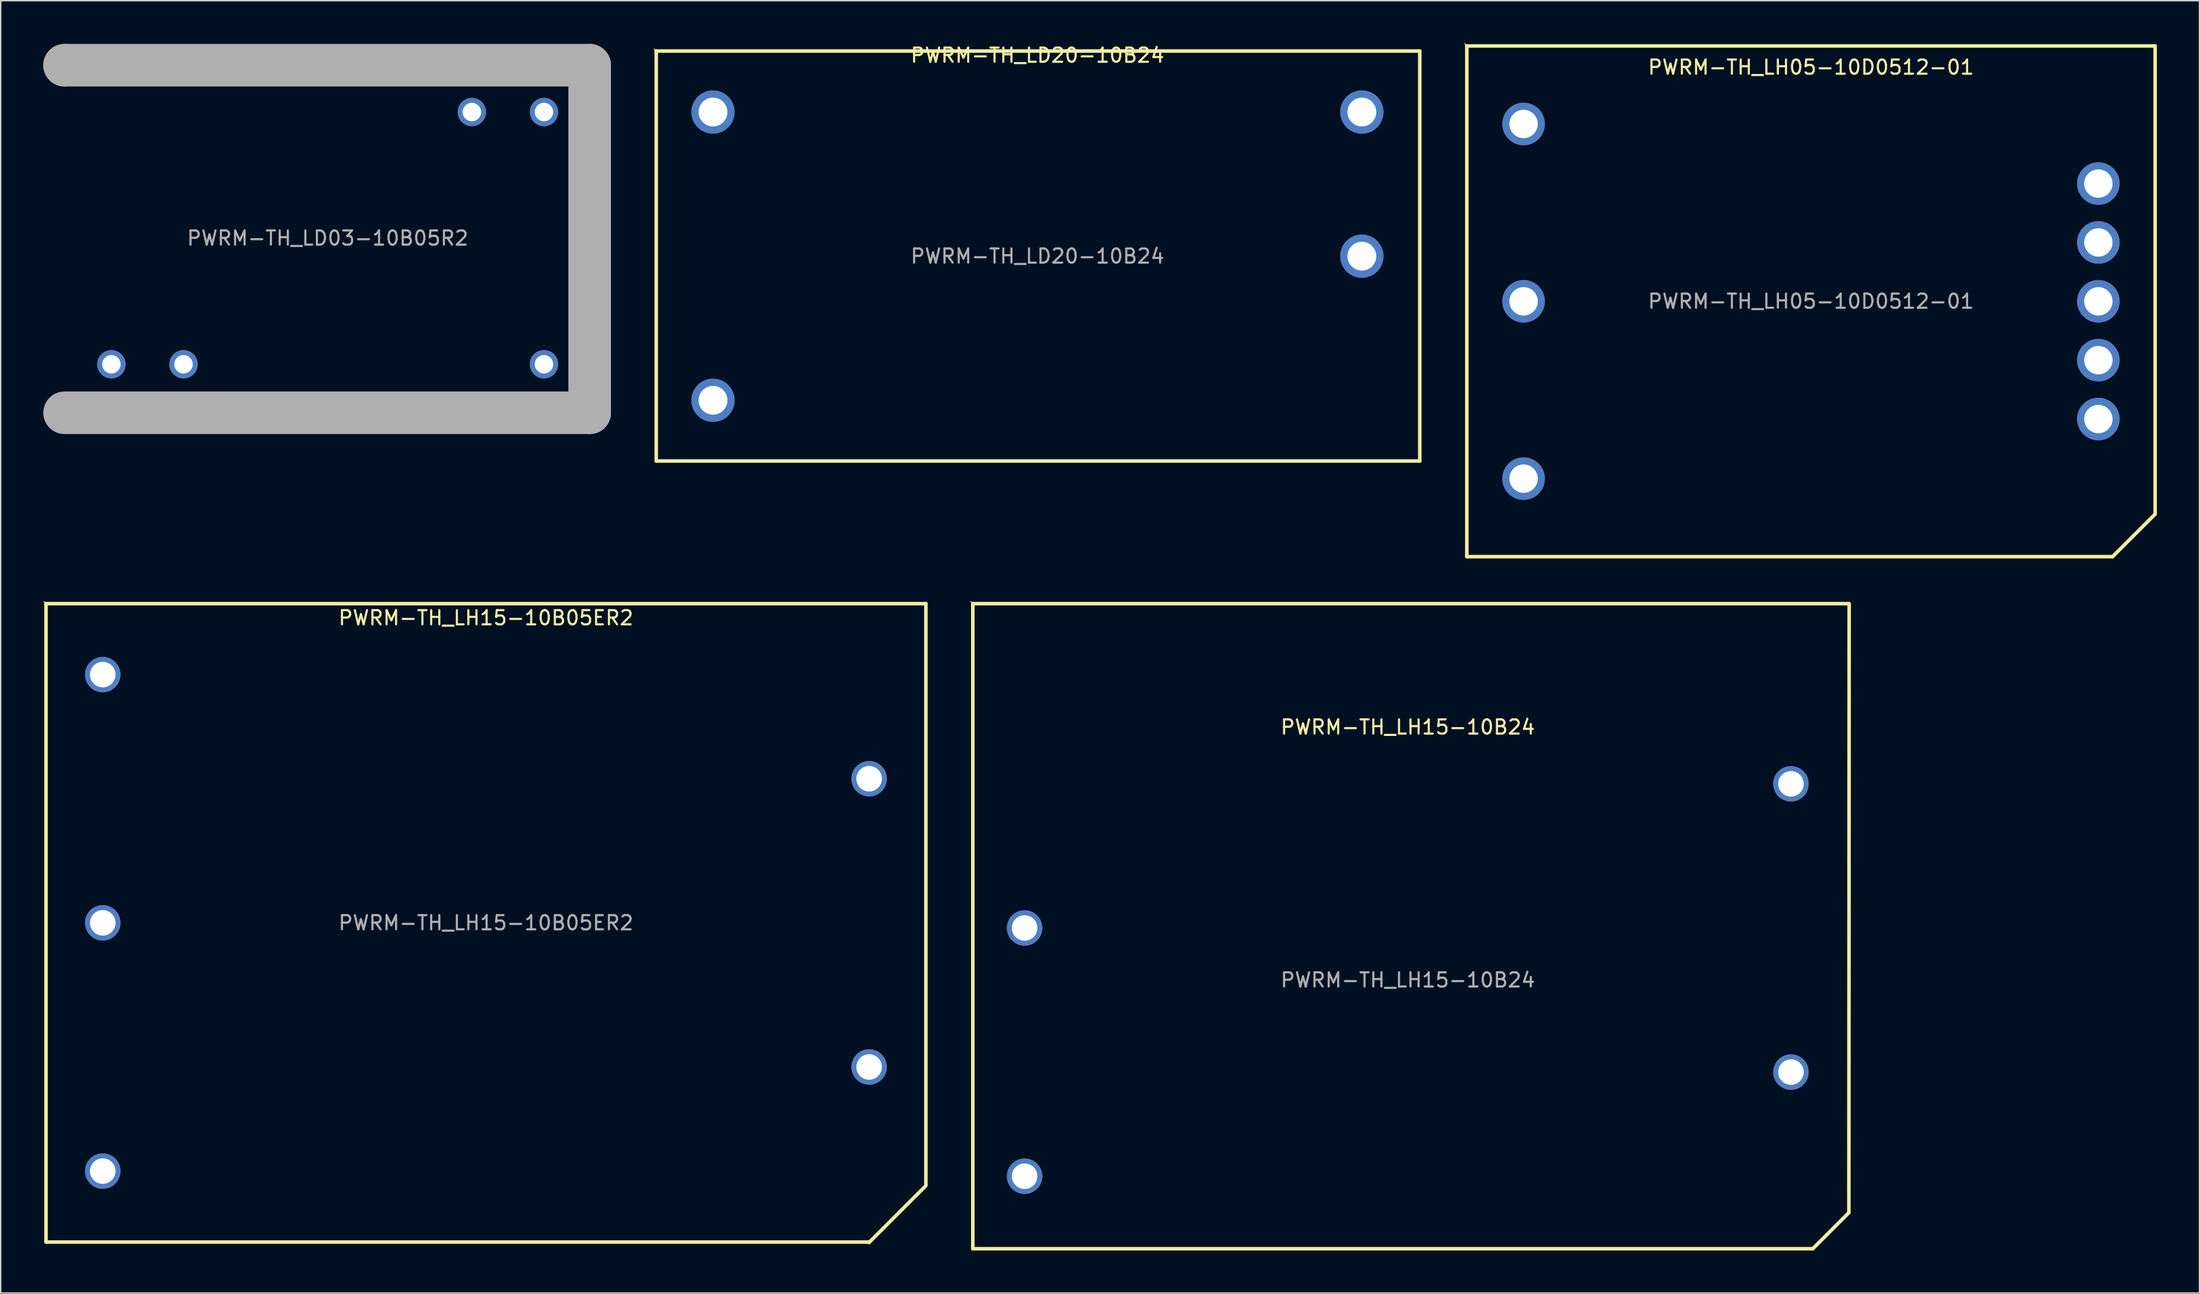
<source format=kicad_pcb>
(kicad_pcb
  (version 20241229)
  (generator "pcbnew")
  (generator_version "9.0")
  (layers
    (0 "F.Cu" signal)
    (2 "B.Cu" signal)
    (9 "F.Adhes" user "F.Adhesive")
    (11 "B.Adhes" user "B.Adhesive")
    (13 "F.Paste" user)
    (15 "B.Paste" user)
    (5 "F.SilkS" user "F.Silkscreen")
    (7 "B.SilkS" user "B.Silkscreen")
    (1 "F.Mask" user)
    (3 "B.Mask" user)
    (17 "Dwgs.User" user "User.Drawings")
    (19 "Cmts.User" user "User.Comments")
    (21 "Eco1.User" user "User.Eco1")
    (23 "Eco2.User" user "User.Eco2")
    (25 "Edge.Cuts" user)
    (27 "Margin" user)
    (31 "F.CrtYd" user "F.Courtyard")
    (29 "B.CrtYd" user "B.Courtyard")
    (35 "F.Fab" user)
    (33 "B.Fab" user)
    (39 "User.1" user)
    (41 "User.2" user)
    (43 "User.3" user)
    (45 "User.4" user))
  (footprint "PWRM-TH_LH15-10B05ER2"
    (layer "F.Cu")
    (at 31.19 62.005)
    (property "Reference" "PWRM-TH_LH15-10B05ER2" (at 0 -21.5 0) (layer "F.SilkS") (effects (font (size 1 1) (thickness 0.15))))
    (attr through_hole)
    (fp_line (start -31 -22.5) (end 31 -22.5) (stroke (width 0.25) (type solid)) (layer "F.SilkS"))
    (fp_line (start -31 22.5) (end -31 -22.5) (stroke (width 0.25) (type solid)) (layer "F.SilkS"))
    (fp_line (start 26.99 22.54) (end 30.99 18.54) (stroke (width 0.25) (type solid)) (layer "F.SilkS"))
    (fp_line (start 27 22.5) (end -31 22.5) (stroke (width 0.25) (type solid)) (layer "F.SilkS"))
    (fp_line (start 31 18.5) (end 31 -22.5) (stroke (width 0.25) (type solid)) (layer "F.SilkS"))
    (fp_circle (center -31.13 -22.63) (end -31.1 -22.63) (stroke (width 0.06) (type solid)) (fill no) (layer "F.Fab"))
    (fp_circle (center -27 -17.5) (end -26.6 -17.5) (stroke (width 0.8) (type solid)) (fill no) (layer "F.Fab"))
    (fp_circle (center -27 0) (end -26.6 0) (stroke (width 0.8) (type solid)) (fill no) (layer "F.Fab"))
    (fp_circle (center -27 17.5) (end -26.6 17.5) (stroke (width 0.8) (type solid)) (fill no) (layer "F.Fab"))
    (fp_circle (center 27 -10.16) (end 27.4 -10.16) (stroke (width 0.8) (type solid)) (fill no) (layer "F.Fab"))
    (fp_circle (center 27 10.16) (end 27.4 10.16) (stroke (width 0.8) (type solid)) (fill no) (layer "F.Fab"))
    (fp_text user "${REFERENCE}" (at 0 0 0) (layer "F.Fab") (effects (font (size 1 1) (thickness 0.15))))
    (pad "1" thru_hole circle (at -27 -17.5) (size 2.5 2.5) (drill 1.8) (layers "*.Cu" "*.Paste" "*.Mask"))
    (pad "2" thru_hole circle (at -27 0) (size 2.5 2.5) (drill 1.8) (layers "*.Cu" "*.Paste" "*.Mask"))
    (pad "3" thru_hole circle (at -27 17.5) (size 2.5 2.5) (drill 1.8) (layers "*.Cu" "*.Paste" "*.Mask"))
    (pad "4" thru_hole circle (at 27 -10.16) (size 2.5 2.5) (drill 1.8) (layers "*.Cu" "*.Paste" "*.Mask"))
    (pad "8" thru_hole circle (at 27 10.16) (size 2.5 2.5) (drill 1.8) (layers "*.Cu" "*.Paste" "*.Mask")))
  (footprint "PWRM-TH_LH15-10B24"
    (layer "F.Cu")
    (at 96.145 66.035)
    (property "Reference" "PWRM-TH_LH15-10B24" (at 0 -17.83 0) (layer "F.SilkS") (effects (font (size 1 1) (thickness 0.15))))
    (attr through_hole)
    (fp_line (start -30.65 -26.53) (end -30.65 18.94) (stroke (width 0.25) (type solid)) (layer "F.SilkS"))
    (fp_line (start -30.65 -26.53) (end 31.08 -26.53) (stroke (width 0.25) (type solid)) (layer "F.SilkS"))
    (fp_line (start -30.65 18.94) (end 28.54 18.94) (stroke (width 0.25) (type solid)) (layer "F.SilkS"))
    (fp_line (start 28.54 18.94) (end 31.08 16.4) (stroke (width 0.25) (type solid)) (layer "F.SilkS"))
    (fp_line (start 31.08 16.4) (end 31.1 -26.53) (stroke (width 0.25) (type solid)) (layer "F.SilkS"))
    (fp_circle (center -30.77 -26.66) (end -30.74 -26.66) (stroke (width 0.06) (type solid)) (fill no) (layer "F.Fab"))
    (fp_circle (center -27 -3.67) (end -26.6 -3.67) (stroke (width 0.8) (type solid)) (fill no) (layer "F.Fab"))
    (fp_circle (center -27 13.83) (end -26.6 13.83) (stroke (width 0.8) (type solid)) (fill no) (layer "F.Fab"))
    (fp_circle (center 27 -13.83) (end 27.4 -13.83) (stroke (width 0.8) (type solid)) (fill no) (layer "F.Fab"))
    (fp_circle (center 27 6.49) (end 27.4 6.49) (stroke (width 0.8) (type solid)) (fill no) (layer "F.Fab"))
    (fp_text user "${REFERENCE}" (at 0 0 0) (layer "F.Fab") (effects (font (size 1 1) (thickness 0.15))))
    (pad "2" thru_hole circle (at -27 -3.67) (size 2.5 2.5) (drill 1.8) (layers "*.Cu" "*.Paste" "*.Mask"))
    (pad "3" thru_hole circle (at -27 13.83) (size 2.5 2.5) (drill 1.8) (layers "*.Cu" "*.Paste" "*.Mask"))
    (pad "4" thru_hole circle (at 27 -13.83) (size 2.5 2.5) (drill 1.8) (layers "*.Cu" "*.Paste" "*.Mask"))
    (pad "8" thru_hole circle (at 27 6.49) (size 2.5 2.5) (drill 1.8) (layers "*.Cu" "*.Paste" "*.Mask")))
  (footprint "PWRM-TH_LD20-10B24"
    (layer "F.Cu")
    (at 70.05 15.008)
    (property "Reference" "PWRM-TH_LD20-10B24" (at 0 -14.16 0) (layer "F.SilkS") (effects (font (size 1 1) (thickness 0.15))))
    (attr through_hole)
    (fp_line (start -26.86 -14.46) (end 26.94 -14.46) (stroke (width 0.25) (type solid)) (layer "F.SilkS"))
    (fp_line (start -26.86 14.44) (end -26.86 -14.46) (stroke (width 0.25) (type solid)) (layer "F.SilkS"))
    (fp_line (start 26.94 -14.46) (end 26.94 14.44) (stroke (width 0.25) (type solid)) (layer "F.SilkS"))
    (fp_line (start 26.94 14.44) (end -26.86 14.44) (stroke (width 0.25) (type solid)) (layer "F.SilkS"))
    (fp_circle (center -26.99 -14.59) (end -26.96 -14.59) (stroke (width 0.06) (type solid)) (fill no) (layer "F.Fab"))
    (fp_circle (center -22.86 -10.16) (end -22.4 -10.16) (stroke (width 0.92) (type solid)) (fill no) (layer "F.Fab"))
    (fp_circle (center -22.86 10.16) (end -22.4 10.16) (stroke (width 0.92) (type solid)) (fill no) (layer "F.Fab"))
    (fp_circle (center 22.86 -10.16) (end 23.32 -10.16) (stroke (width 0.92) (type solid)) (fill no) (layer "F.Fab"))
    (fp_circle (center 22.86 0) (end 23.32 0) (stroke (width 0.92) (type solid)) (fill no) (layer "F.Fab"))
    (fp_text user "${REFERENCE}" (at 0 0 0) (layer "F.Fab") (effects (font (size 1 1) (thickness 0.15))))
    (pad "1" thru_hole circle (at -22.86 -10.16) (size 3.05 3.05) (drill 2.032) (layers "*.Cu" "*.Paste" "*.Mask"))
    (pad "2" thru_hole circle (at -22.86 10.16) (size 3.05 3.05) (drill 2.032) (layers "*.Cu" "*.Paste" "*.Mask"))
    (pad "3" thru_hole circle (at 22.86 -10.16) (size 3.05 3.05) (drill 2.032) (layers "*.Cu" "*.Paste" "*.Mask"))
    (pad "4" thru_hole circle (at 22.86 0) (size 3.05 3.05) (drill 2.032) (layers "*.Cu" "*.Paste" "*.Mask")))
  (footprint "PWRM-TH_LD03-10B05R2"
    (layer "F.Cu")
    (at 20.04 13.738)
    (property "Reference" "PWRM-TH_LD03-10B05R2" (at 0 -12.89 0) (layer "F.SilkS") (effects (font (size 1 1) (thickness 0.15))))
    (attr through_hole)
    (fp_line (start -18.54 -12.19) (end -18.54 -12.19) (stroke (width 3) (type solid)) (layer "F.Fab"))
    (fp_line (start -18.54 -12.19) (end 18.46 -12.19) (stroke (width 3) (type solid)) (layer "F.Fab"))
    (fp_line (start 18.46 -12.19) (end 18.46 12.31) (stroke (width 3) (type solid)) (layer "F.Fab"))
    (fp_line (start 18.46 12.31) (end -18.54 12.31) (stroke (width 3) (type solid)) (layer "F.Fab"))
    (fp_circle (center -18.67 12.44) (end -18.64 12.44) (stroke (width 0.06) (type solid)) (fill no) (layer "F.Fab"))
    (fp_circle (center -15.24 8.89) (end -14.96 8.89) (stroke (width 0.55) (type solid)) (fill no) (layer "F.Fab"))
    (fp_circle (center -10.16 8.89) (end -9.88 8.89) (stroke (width 0.55) (type solid)) (fill no) (layer "F.Fab"))
    (fp_circle (center 10.16 -8.89) (end 10.44 -8.89) (stroke (width 0.55) (type solid)) (fill no) (layer "F.Fab"))
    (fp_circle (center 15.24 -8.89) (end 15.52 -8.89) (stroke (width 0.55) (type solid)) (fill no) (layer "F.Fab"))
    (fp_circle (center 15.24 8.89) (end 15.52 8.89) (stroke (width 0.55) (type solid)) (fill no) (layer "F.Fab"))
    (fp_text user "${REFERENCE}" (at 0 0 0) (layer "F.Fab") (effects (font (size 1 1) (thickness 0.15))))
    (pad "1" thru_hole circle (at -15.24 8.89) (size 2 2) (drill 1.3) (layers "*.Cu" "*.Paste" "*.Mask"))
    (pad "3" thru_hole circle (at -10.16 8.89) (size 2 2) (drill 1.3) (layers "*.Cu" "*.Paste" "*.Mask"))
    (pad "13" thru_hole circle (at 15.24 8.89) (size 2 2) (drill 1.3) (layers "*.Cu" "*.Paste" "*.Mask"))
    (pad "14" thru_hole circle (at 15.24 -8.89) (size 2 2) (drill 1.3) (layers "*.Cu" "*.Paste" "*.Mask"))
    (pad "16" thru_hole circle (at 10.16 -8.89) (size 2 2) (drill 1.3) (layers "*.Cu" "*.Paste" "*.Mask")))
  (footprint "PWRM-TH_LH05-10D0512-01"
    (layer "F.Cu")
    (at 124.555 18.19)
    (property "Reference" "PWRM-TH_LH05-10D0512-01" (at 0 -16.5 0) (layer "F.SilkS") (effects (font (size 1 1) (thickness 0.15))))
    (attr through_hole)
    (fp_line (start -24.25 -18) (end -24.25 18) (stroke (width 0.25) (type solid)) (layer "F.SilkS"))
    (fp_line (start -24.25 18) (end 21.25 18) (stroke (width 0.25) (type solid)) (layer "F.SilkS"))
    (fp_line (start 21.25 18) (end 24.25 15) (stroke (width 0.25) (type solid)) (layer "F.SilkS"))
    (fp_line (start 24.25 -18) (end -24.25 -18) (stroke (width 0.25) (type solid)) (layer "F.SilkS"))
    (fp_line (start 24.25 15) (end 24.25 -18) (stroke (width 0.25) (type solid)) (layer "F.SilkS"))
    (fp_circle (center -24.38 -18.13) (end -24.35 -18.13) (stroke (width 0.06) (type solid)) (fill no) (layer "F.Fab"))
    (fp_circle (center -20.25 -12.5) (end -19.8 -12.5) (stroke (width 0.9) (type solid)) (fill no) (layer "F.Fab"))
    (fp_circle (center -20.25 0) (end -19.8 0) (stroke (width 0.9) (type solid)) (fill no) (layer "F.Fab"))
    (fp_circle (center -20.25 12.5) (end -19.8 12.5) (stroke (width 0.9) (type solid)) (fill no) (layer "F.Fab"))
    (fp_circle (center 20.25 -8.3) (end 20.7 -8.3) (stroke (width 0.9) (type solid)) (fill no) (layer "F.Fab"))
    (fp_circle (center 20.25 -4.15) (end 20.7 -4.15) (stroke (width 0.9) (type solid)) (fill no) (layer "F.Fab"))
    (fp_circle (center 20.25 0) (end 20.7 0) (stroke (width 0.9) (type solid)) (fill no) (layer "F.Fab"))
    (fp_circle (center 20.25 4.15) (end 20.7 4.15) (stroke (width 0.9) (type solid)) (fill no) (layer "F.Fab"))
    (fp_circle (center 20.25 8.3) (end 20.7 8.3) (stroke (width 0.9) (type solid)) (fill no) (layer "F.Fab"))
    (fp_text user "${REFERENCE}" (at 0 0 0) (layer "F.Fab") (effects (font (size 1 1) (thickness 0.15))))
    (pad "1" thru_hole circle (at -20.25 -12.5) (size 3 3) (drill 2) (layers "*.Cu" "*.Paste" "*.Mask"))
    (pad "2" thru_hole circle (at -20.25 0) (size 3 3) (drill 2) (layers "*.Cu" "*.Paste" "*.Mask"))
    (pad "3" thru_hole circle (at -20.25 12.5) (size 3 3) (drill 2) (layers "*.Cu" "*.Paste" "*.Mask"))
    (pad "4" thru_hole circle (at 20.25 -8.3) (size 3 3) (drill 2) (layers "*.Cu" "*.Paste" "*.Mask"))
    (pad "5" thru_hole circle (at 20.25 -4.15) (size 3 3) (drill 2) (layers "*.Cu" "*.Paste" "*.Mask"))
    (pad "6" thru_hole circle (at 20.25 0) (size 3 3) (drill 2) (layers "*.Cu" "*.Paste" "*.Mask"))
    (pad "7" thru_hole circle (at 20.25 4.15) (size 3 3) (drill 2) (layers "*.Cu" "*.Paste" "*.Mask"))
    (pad "8" thru_hole circle (at 20.25 8.3) (size 3 3) (drill 2) (layers "*.Cu" "*.Paste" "*.Mask")))
  (gr_rect
    (start -3 -3)
    (end 151.93 88.1)
    (stroke (width 0.1) (type default))
    (fill no)
    (layer "Edge.Cuts")))
</source>
